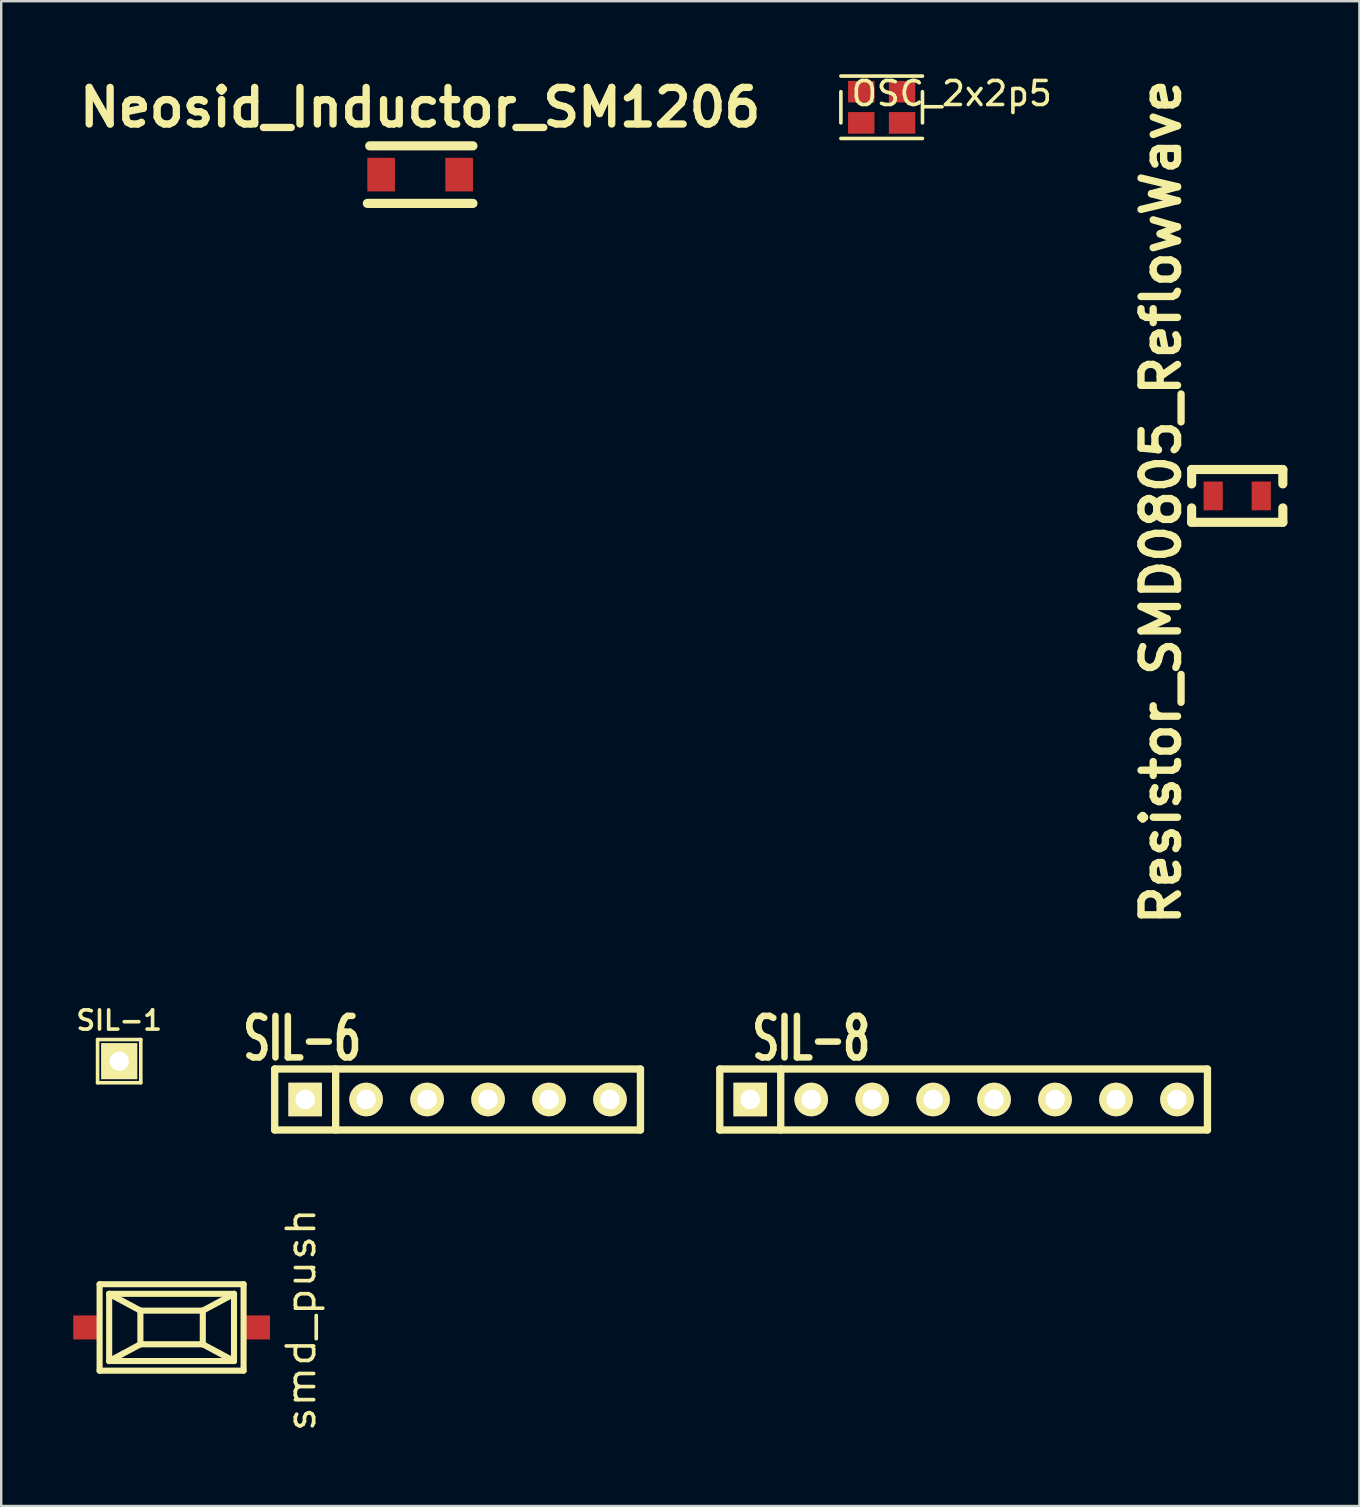
<source format=kicad_pcb>
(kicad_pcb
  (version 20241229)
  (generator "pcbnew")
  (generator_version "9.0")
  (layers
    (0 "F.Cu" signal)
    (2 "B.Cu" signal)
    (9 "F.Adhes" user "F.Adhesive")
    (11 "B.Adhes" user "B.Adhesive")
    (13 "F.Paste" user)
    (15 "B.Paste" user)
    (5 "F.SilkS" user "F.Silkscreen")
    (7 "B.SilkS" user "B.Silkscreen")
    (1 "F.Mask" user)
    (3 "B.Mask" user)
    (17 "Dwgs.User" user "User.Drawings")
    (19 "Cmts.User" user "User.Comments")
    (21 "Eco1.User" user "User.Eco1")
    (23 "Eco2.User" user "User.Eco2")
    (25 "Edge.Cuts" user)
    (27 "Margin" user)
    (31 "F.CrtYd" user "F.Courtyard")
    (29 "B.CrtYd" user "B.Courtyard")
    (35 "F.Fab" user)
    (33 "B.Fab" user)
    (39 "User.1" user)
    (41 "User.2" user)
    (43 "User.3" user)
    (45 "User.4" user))
  (footprint "SIL-8"
    (layer "F.Cu")
    (at 37.101 42.763)
    (property "Reference" "SIL-8" (at -6.35 -2.54 0) (layer "F.SilkS") (effects (font (size 1.73 1.087) (thickness 0.305))))
    (attr through_hole)
    (fp_line (start -10.16 -1.27) (end 10.16 -1.27) (stroke (width 0.305) (type solid)) (layer "F.SilkS"))
    (fp_line (start -10.16 1.27) (end -10.16 -1.27) (stroke (width 0.305) (type solid)) (layer "F.SilkS"))
    (fp_line (start -7.62 1.27) (end -7.62 -1.27) (stroke (width 0.305) (type solid)) (layer "F.SilkS"))
    (fp_line (start 10.16 -1.27) (end 10.16 1.27) (stroke (width 0.305) (type solid)) (layer "F.SilkS"))
    (fp_line (start 10.16 1.27) (end -10.16 1.27) (stroke (width 0.305) (type solid)) (layer "F.SilkS"))
    (pad "1" thru_hole rect (at -8.89 0) (size 1.397 1.397) (drill 0.813) (layers "*.Cu" "*.Mask" "F.SilkS"))
    (pad "2" thru_hole circle (at -6.35 0) (size 1.397 1.397) (drill 0.813) (layers "*.Cu" "*.Mask" "F.SilkS"))
    (pad "3" thru_hole circle (at -3.81 0) (size 1.397 1.397) (drill 0.813) (layers "*.Cu" "*.Mask" "F.SilkS"))
    (pad "4" thru_hole circle (at -1.27 0) (size 1.397 1.397) (drill 0.813) (layers "*.Cu" "*.Mask" "F.SilkS"))
    (pad "5" thru_hole circle (at 1.27 0) (size 1.397 1.397) (drill 0.813) (layers "*.Cu" "*.Mask" "F.SilkS"))
    (pad "6" thru_hole circle (at 3.81 0) (size 1.397 1.397) (drill 0.813) (layers "*.Cu" "*.Mask" "F.SilkS"))
    (pad "7" thru_hole circle (at 6.35 0) (size 1.397 1.397) (drill 0.813) (layers "*.Cu" "*.Mask" "F.SilkS"))
    (pad "8" thru_hole circle (at 8.89 0) (size 1.397 1.397) (drill 0.813) (layers "*.Cu" "*.Mask" "F.SilkS")))
  (footprint "Resistor_SMD0805_ReflowWave"
    (layer "F.Cu")
    (at 48.502 17.613)
    (property "Reference" "Resistor_SMD0805_ReflowWave" (at -3.175 0.254 90) (layer "F.SilkS") (effects (font (size 1.524 1.524) (thickness 0.305))))
    (attr smd)
    (fp_line (start -1.9 -1.1) (end -1.9 -0.5) (stroke (width 0.381) (type solid)) (layer "F.SilkS"))
    (fp_line (start -1.9 0.5) (end -1.9 1.1) (stroke (width 0.381) (type solid)) (layer "F.SilkS"))
    (fp_line (start -1.9 1.1) (end 1.9 1.1) (stroke (width 0.381) (type solid)) (layer "F.SilkS"))
    (fp_line (start 1.9 -1.1) (end -1.9 -1.1) (stroke (width 0.381) (type solid)) (layer "F.SilkS"))
    (fp_line (start 1.9 -0.5) (end 1.9 -1.1) (stroke (width 0.381) (type solid)) (layer "F.SilkS"))
    (fp_line (start 1.9 1.1) (end 1.9 0.5) (stroke (width 0.381) (type solid)) (layer "F.SilkS"))
    (pad "1" smd rect (at -1.001 0) (size 0.8 1.199) (layers "F.Cu" "F.Mask" "F.Paste"))
    (pad "2" smd rect (at 1.001 0) (size 0.8 1.199) (layers "F.Cu" "F.Mask" "F.Paste")))
  (footprint "SIL-1"
    (layer "F.Cu")
    (at 1.916 41.165)
    (property "Reference" "SIL-1" (at 0 -1.7 0) (layer "F.SilkS") (effects (font (size 0.8 0.8) (thickness 0.15))))
    (attr through_hole)
    (fp_line (start -0.9 -0.9) (end 0.9 -0.9) (stroke (width 0.15) (type solid)) (layer "F.SilkS"))
    (fp_line (start -0.9 0.9) (end -0.9 -0.9) (stroke (width 0.15) (type solid)) (layer "F.SilkS"))
    (fp_line (start 0.9 -0.9) (end 0.9 0.9) (stroke (width 0.15) (type solid)) (layer "F.SilkS"))
    (fp_line (start 0.9 0.9) (end -0.9 0.9) (stroke (width 0.15) (type solid)) (layer "F.SilkS"))
    (pad "1" thru_hole rect (at 0 0) (size 1.5 1.5) (drill 0.8) (layers "*.Cu" "*.Mask" "F.SilkS")))
  (footprint "Neosid_Inductor_SM1206"
    (layer "F.Cu")
    (at 14.456 4.226)
    (property "Reference" "Neosid_Inductor_SM1206" (at 0 -2.799 0) (layer "F.SilkS") (effects (font (size 1.524 1.524) (thickness 0.305))))
    (attr smd)
    (fp_line (start 2.2 -1.199) (end -2.101 -1.199) (stroke (width 0.381) (type solid)) (layer "F.SilkS"))
    (fp_line (start 2.2 1.199) (end -2.2 1.199) (stroke (width 0.381) (type solid)) (layer "F.SilkS"))
    (pad "1" smd rect (at -1.626 0) (size 1.151 1.4) (layers "F.Cu" "F.Mask" "F.Paste"))
    (pad "2" smd rect (at 1.626 0) (size 1.151 1.4) (layers "F.Cu" "F.Mask" "F.Paste")))
  (footprint "OSC_2x2p5"
    (layer "F.Cu")
    (at 33.687 1.42)
    (property "Reference" "OSC_2x2p5" (at 2.921 -0.572 0) (layer "F.SilkS") (effects (font (size 1 1) (thickness 0.15))))
    (attr through_hole)
    (fp_line (start -1.7 -1.3) (end 1.7 -1.3) (stroke (width 0.15) (type solid)) (layer "F.SilkS"))
    (fp_line (start -1.7 -0.65) (end -1.7 0.65) (stroke (width 0.15) (type solid)) (layer "F.SilkS"))
    (fp_line (start -1.7 1.3) (end 1.7 1.3) (stroke (width 0.15) (type solid)) (layer "F.SilkS"))
    (fp_line (start 1.7 0.65) (end 1.7 -0.65) (stroke (width 0.15) (type solid)) (layer "F.SilkS"))
    (pad "1" smd rect (at -0.85 0.65) (size 1.1 0.9) (layers "F.Cu" "F.Mask" "F.Paste"))
    (pad "2" smd rect (at 0.85 0.65) (size 1.1 0.9) (layers "F.Cu" "F.Mask" "F.Paste"))
    (pad "3" smd rect (at 0.85 -0.65) (size 1.1 0.9) (layers "F.Cu" "F.Mask" "F.Paste"))
    (pad "4" smd rect (at -0.85 -0.65) (size 1.1 0.9) (layers "F.Cu" "F.Mask" "F.Paste")))
  (footprint "smd_push"
    (layer "F.Cu")
    (at 4.1 52.261)
    (property "Reference" "smd_push" (at 5.397 -0.318 270) (layer "F.SilkS") (effects (font (size 1.143 1.27) (thickness 0.152))))
    (attr through_hole)
    (fp_line (start -3 -1.801) (end 3 -1.801) (stroke (width 0.254) (type solid)) (layer "F.SilkS"))
    (fp_line (start -3 1.801) (end -3 -1.801) (stroke (width 0.254) (type solid)) (layer "F.SilkS"))
    (fp_line (start -2.601 -1.4) (end -1.3 -0.701) (stroke (width 0.254) (type solid)) (layer "F.SilkS"))
    (fp_line (start -2.601 -1.4) (end 2.601 -1.4) (stroke (width 0.254) (type solid)) (layer "F.SilkS"))
    (fp_line (start -2.601 1.4) (end -2.601 -1.4) (stroke (width 0.254) (type solid)) (layer "F.SilkS"))
    (fp_line (start -1.3 -0.701) (end 1.3 -0.701) (stroke (width 0.254) (type solid)) (layer "F.SilkS"))
    (fp_line (start -1.3 0.701) (end -2.601 1.4) (stroke (width 0.254) (type solid)) (layer "F.SilkS"))
    (fp_line (start -1.3 0.701) (end -1.3 -0.701) (stroke (width 0.254) (type solid)) (layer "F.SilkS"))
    (fp_line (start 1.3 -0.701) (end 1.3 0.701) (stroke (width 0.254) (type solid)) (layer "F.SilkS"))
    (fp_line (start 1.3 -0.701) (end 2.601 -1.4) (stroke (width 0.254) (type solid)) (layer "F.SilkS"))
    (fp_line (start 1.3 0.701) (end -1.3 0.701) (stroke (width 0.254) (type solid)) (layer "F.SilkS"))
    (fp_line (start 1.3 0.701) (end 2.601 1.4) (stroke (width 0.254) (type solid)) (layer "F.SilkS"))
    (fp_line (start 2.601 -1.4) (end 2.601 1.4) (stroke (width 0.254) (type solid)) (layer "F.SilkS"))
    (fp_line (start 2.601 1.4) (end -2.601 1.4) (stroke (width 0.254) (type solid)) (layer "F.SilkS"))
    (fp_line (start 3 -1.801) (end 3 1.801) (stroke (width 0.254) (type solid)) (layer "F.SilkS"))
    (fp_line (start 3 1.801) (end -3 1.801) (stroke (width 0.254) (type solid)) (layer "F.SilkS"))
    (pad "1" smd rect (at -3.599 0) (size 1.001 1.001) (layers "F.Cu" "F.Mask" "F.Paste"))
    (pad "2" smd rect (at 3.599 0) (size 1.001 1.001) (layers "F.Cu" "F.Mask" "F.Paste")))
  (footprint "SIL-6"
    (layer "F.Cu")
    (at 16.016 42.763)
    (property "Reference" "SIL-6" (at -6.477 -2.54 0) (layer "F.SilkS") (effects (font (size 1.73 1.087) (thickness 0.305))))
    (attr through_hole)
    (fp_line (start -7.62 -1.27) (end 7.62 -1.27) (stroke (width 0.305) (type solid)) (layer "F.SilkS"))
    (fp_line (start -7.62 1.27) (end -7.62 -1.27) (stroke (width 0.305) (type solid)) (layer "F.SilkS"))
    (fp_line (start -5.08 1.27) (end -5.08 -1.27) (stroke (width 0.305) (type solid)) (layer "F.SilkS"))
    (fp_line (start 7.62 -1.27) (end 7.62 1.27) (stroke (width 0.305) (type solid)) (layer "F.SilkS"))
    (fp_line (start 7.62 1.27) (end -7.62 1.27) (stroke (width 0.305) (type solid)) (layer "F.SilkS"))
    (pad "1" thru_hole rect (at -6.35 0) (size 1.397 1.397) (drill 0.813) (layers "*.Cu" "*.Mask" "F.SilkS"))
    (pad "2" thru_hole circle (at -3.81 0) (size 1.397 1.397) (drill 0.813) (layers "*.Cu" "*.Mask" "F.SilkS"))
    (pad "3" thru_hole circle (at -1.27 0) (size 1.397 1.397) (drill 0.813) (layers "*.Cu" "*.Mask" "F.SilkS"))
    (pad "4" thru_hole circle (at 1.27 0) (size 1.397 1.397) (drill 0.813) (layers "*.Cu" "*.Mask" "F.SilkS"))
    (pad "5" thru_hole circle (at 3.81 0) (size 1.397 1.397) (drill 0.813) (layers "*.Cu" "*.Mask" "F.SilkS"))
    (pad "6" thru_hole circle (at 6.35 0) (size 1.397 1.397) (drill 0.813) (layers "*.Cu" "*.Mask" "F.SilkS")))
  (gr_rect
    (start -3 -3)
    (end 53.592 59.702)
    (stroke (width 0.1) (type default))
    (fill no)
    (layer "Edge.Cuts")))
</source>
